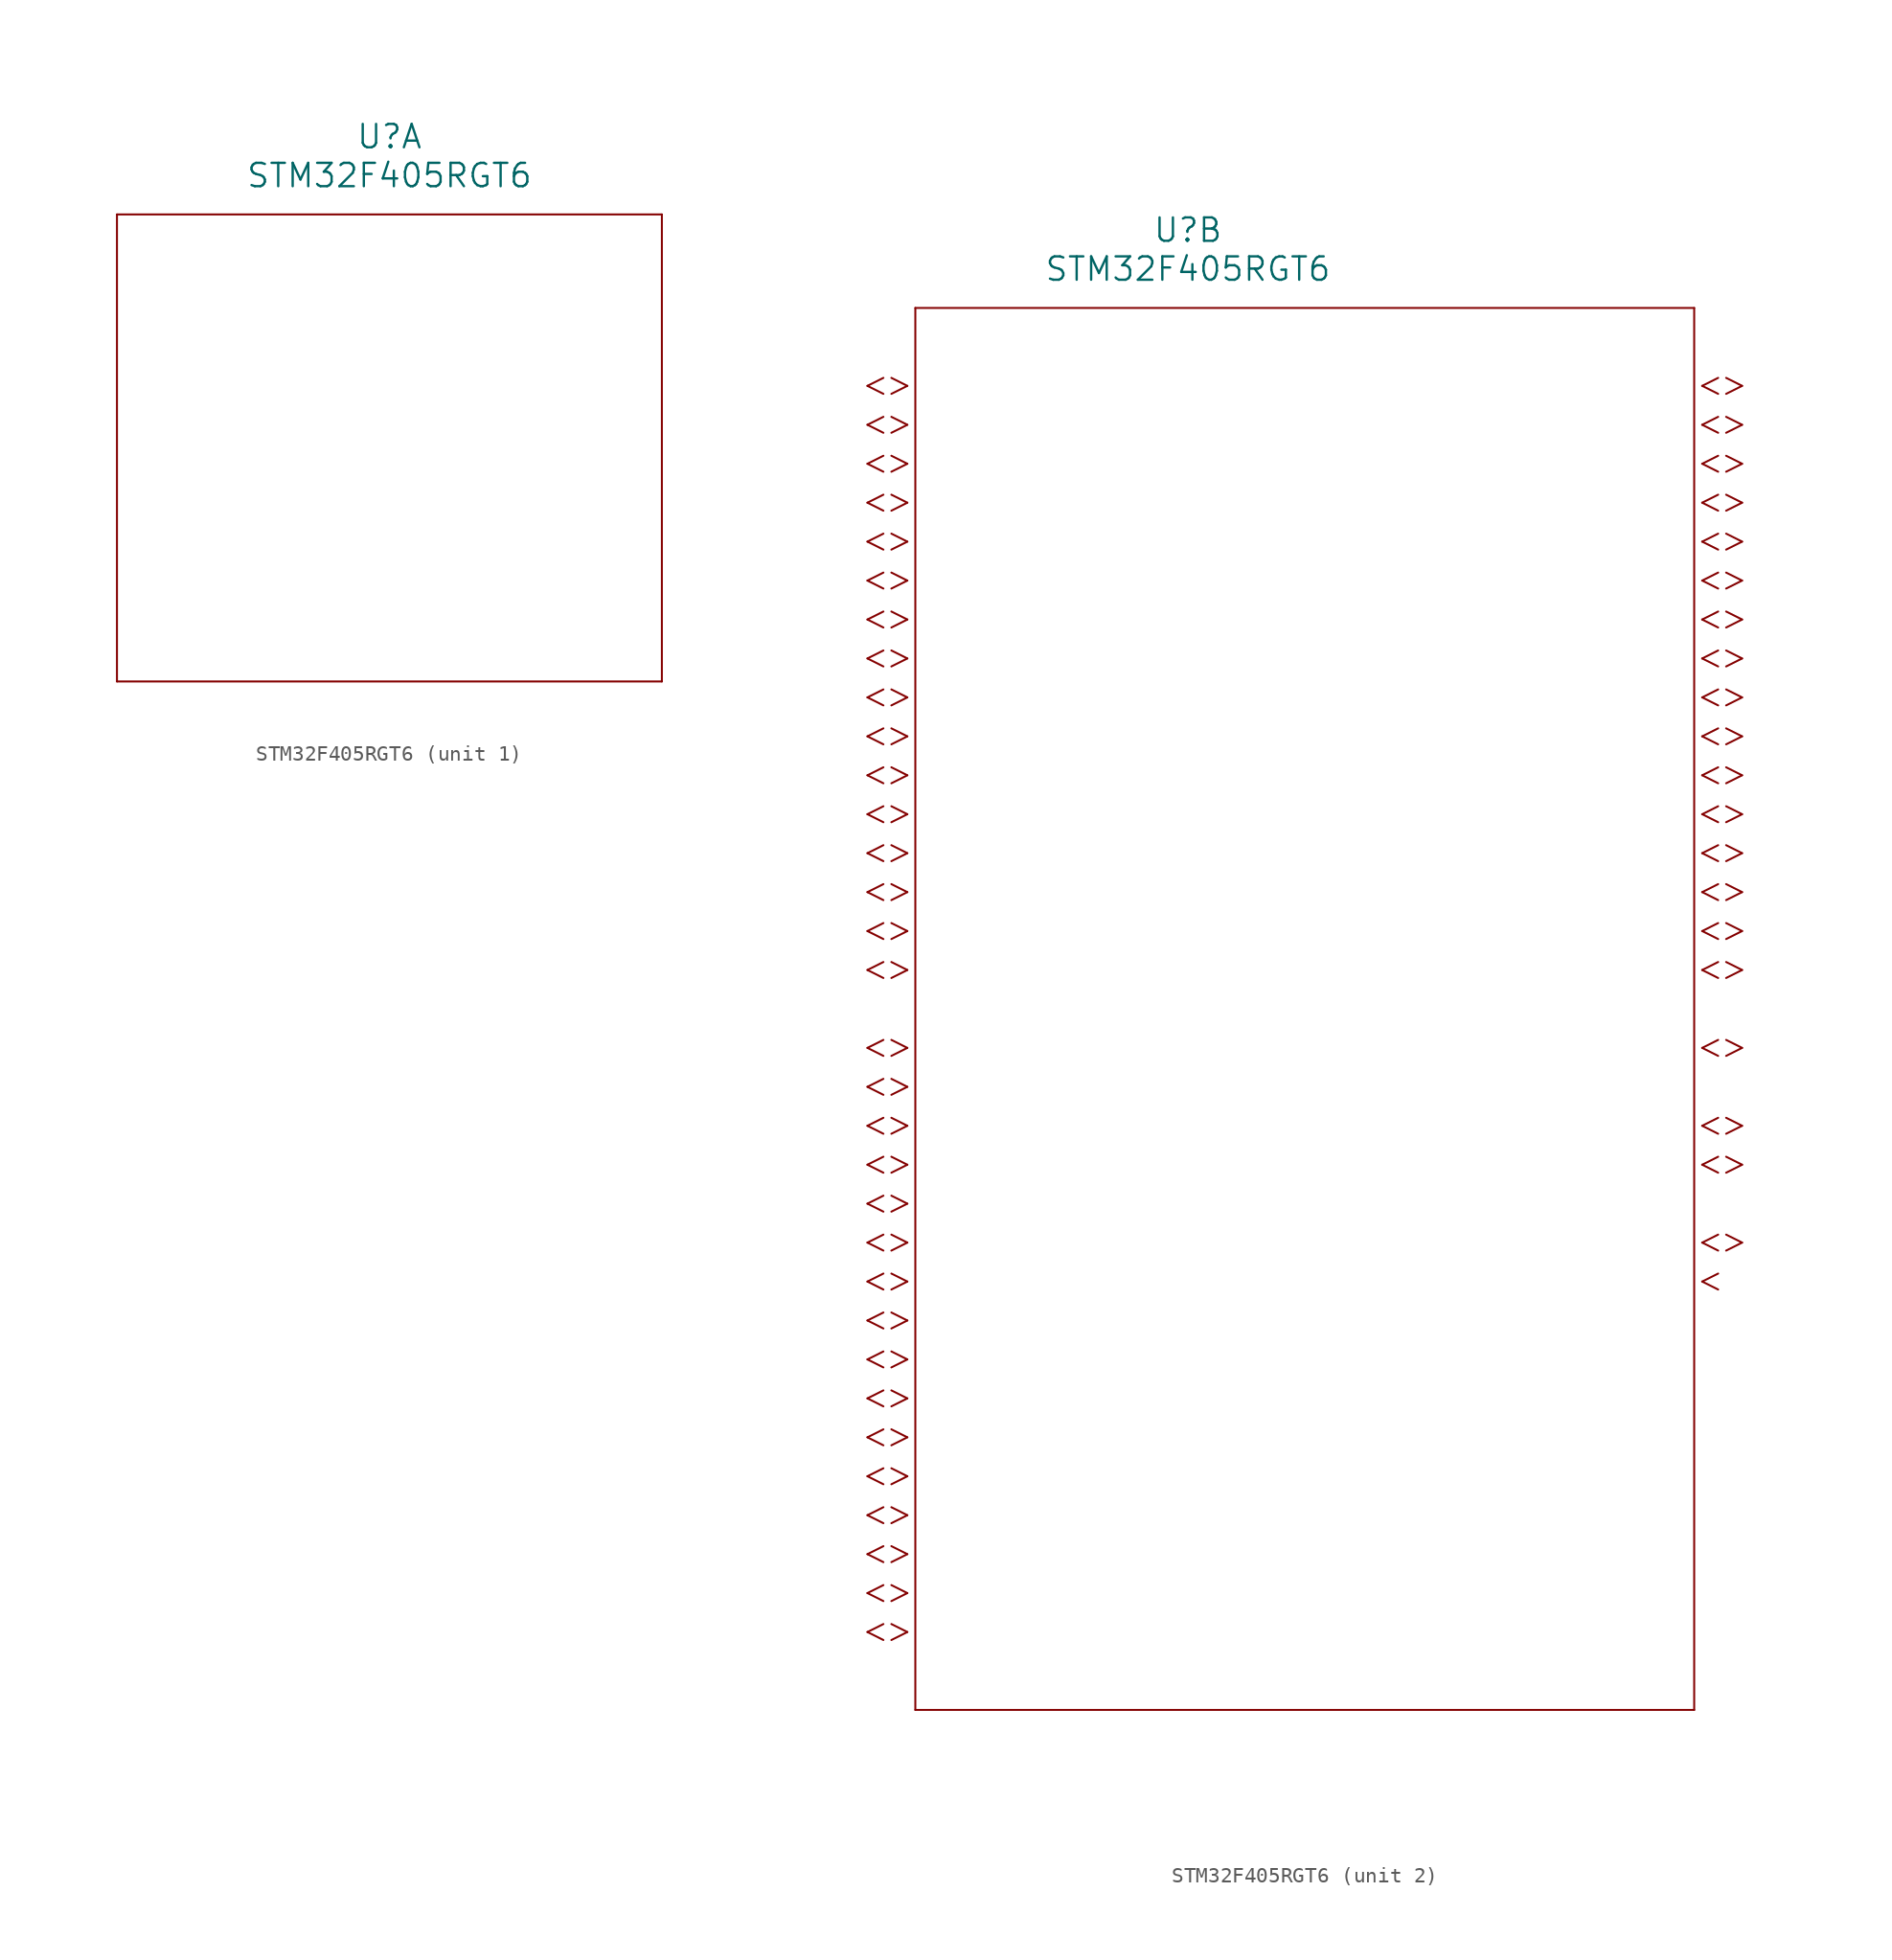
<source format=kicad_sym>
(kicad_symbol_lib
  (version 20211014)
  (generator kicad_symbol_editor)
  (symbol "STM32F405RGT6"
    (pin_names
      (offset 0.254))
    (property "Reference" "U"
      (at 25.4 10.16 0)
      (effects (font (size 1.524 1.524))))
    (property "Value" "STM32F405RGT6"
      (at 25.4 7.62 0)
      (effects (font (size 1.524 1.524))))
    (symbol "STM32F405RGT6_1_1"
      (polyline (pts (xy 7.62 5.08) (xy 7.62 -25.4)) (stroke (width 0.127) (type default) (color 0 0 0 0)) (fill (type none)))
      (polyline (pts (xy 7.62 -25.4) (xy 43.18 -25.4)) (stroke (width 0.127) (type default) (color 0 0 0 0)) (fill (type none)))
      (polyline (pts (xy 43.18 -25.4) (xy 43.18 5.08)) (stroke (width 0.127) (type default) (color 0 0 0 0)) (fill (type none)))
      (polyline (pts (xy 43.18 5.08) (xy 7.62 5.08)) (stroke (width 0.127) (type default) (color 0 0 0 0)) (fill (type none))))
    (symbol "STM32F405RGT6_2_1"
      (polyline (pts (xy 7.099 0) (xy 6.058 0.521)) (stroke (width 0.127) (type default) (color 0 0 0 0)) (fill (type none)))
      (polyline (pts (xy 7.099 0) (xy 6.058 -0.521)) (stroke (width 0.127) (type default) (color 0 0 0 0)) (fill (type none)))
      (polyline (pts (xy 5.537 0.521) (xy 4.496 0)) (stroke (width 0.127) (type default) (color 0 0 0 0)) (fill (type none)))
      (polyline (pts (xy 5.537 -0.521) (xy 4.496 0)) (stroke (width 0.127) (type default) (color 0 0 0 0)) (fill (type none)))
      (polyline (pts (xy 7.099 -2.54) (xy 6.058 -2.019)) (stroke (width 0.127) (type default) (color 0 0 0 0)) (fill (type none)))
      (polyline (pts (xy 7.099 -2.54) (xy 6.058 -3.061)) (stroke (width 0.127) (type default) (color 0 0 0 0)) (fill (type none)))
      (polyline (pts (xy 5.537 -2.019) (xy 4.496 -2.54)) (stroke (width 0.127) (type default) (color 0 0 0 0)) (fill (type none)))
      (polyline (pts (xy 5.537 -3.061) (xy 4.496 -2.54)) (stroke (width 0.127) (type default) (color 0 0 0 0)) (fill (type none)))
      (polyline (pts (xy 7.099 -5.08) (xy 6.058 -4.559)) (stroke (width 0.127) (type default) (color 0 0 0 0)) (fill (type none)))
      (polyline (pts (xy 7.099 -5.08) (xy 6.058 -5.601)) (stroke (width 0.127) (type default) (color 0 0 0 0)) (fill (type none)))
      (polyline (pts (xy 5.537 -4.559) (xy 4.496 -5.08)) (stroke (width 0.127) (type default) (color 0 0 0 0)) (fill (type none)))
      (polyline (pts (xy 5.537 -5.601) (xy 4.496 -5.08)) (stroke (width 0.127) (type default) (color 0 0 0 0)) (fill (type none)))
      (polyline (pts (xy 7.099 -7.62) (xy 6.058 -7.099)) (stroke (width 0.127) (type default) (color 0 0 0 0)) (fill (type none)))
      (polyline (pts (xy 7.099 -7.62) (xy 6.058 -8.141)) (stroke (width 0.127) (type default) (color 0 0 0 0)) (fill (type none)))
      (polyline (pts (xy 5.537 -7.099) (xy 4.496 -7.62)) (stroke (width 0.127) (type default) (color 0 0 0 0)) (fill (type none)))
      (polyline (pts (xy 5.537 -8.141) (xy 4.496 -7.62)) (stroke (width 0.127) (type default) (color 0 0 0 0)) (fill (type none)))
      (polyline (pts (xy 7.099 -10.16) (xy 6.058 -9.639)) (stroke (width 0.127) (type default) (color 0 0 0 0)) (fill (type none)))
      (polyline (pts (xy 7.099 -10.16) (xy 6.058 -10.681)) (stroke (width 0.127) (type default) (color 0 0 0 0)) (fill (type none)))
      (polyline (pts (xy 5.537 -9.639) (xy 4.496 -10.16)) (stroke (width 0.127) (type default) (color 0 0 0 0)) (fill (type none)))
      (polyline (pts (xy 5.537 -10.681) (xy 4.496 -10.16)) (stroke (width 0.127) (type default) (color 0 0 0 0)) (fill (type none)))
      (polyline (pts (xy 7.099 -12.7) (xy 6.058 -12.179)) (stroke (width 0.127) (type default) (color 0 0 0 0)) (fill (type none)))
      (polyline (pts (xy 7.099 -12.7) (xy 6.058 -13.221)) (stroke (width 0.127) (type default) (color 0 0 0 0)) (fill (type none)))
      (polyline (pts (xy 5.537 -12.179) (xy 4.496 -12.7)) (stroke (width 0.127) (type default) (color 0 0 0 0)) (fill (type none)))
      (polyline (pts (xy 5.537 -13.221) (xy 4.496 -12.7)) (stroke (width 0.127) (type default) (color 0 0 0 0)) (fill (type none)))
      (polyline (pts (xy 7.099 -15.24) (xy 6.058 -14.719)) (stroke (width 0.127) (type default) (color 0 0 0 0)) (fill (type none)))
      (polyline (pts (xy 7.099 -15.24) (xy 6.058 -15.761)) (stroke (width 0.127) (type default) (color 0 0 0 0)) (fill (type none)))
      (polyline (pts (xy 5.537 -14.719) (xy 4.496 -15.24)) (stroke (width 0.127) (type default) (color 0 0 0 0)) (fill (type none)))
      (polyline (pts (xy 5.537 -15.761) (xy 4.496 -15.24)) (stroke (width 0.127) (type default) (color 0 0 0 0)) (fill (type none)))
      (polyline (pts (xy 7.099 -17.78) (xy 6.058 -17.259)) (stroke (width 0.127) (type default) (color 0 0 0 0)) (fill (type none)))
      (polyline (pts (xy 7.099 -17.78) (xy 6.058 -18.301)) (stroke (width 0.127) (type default) (color 0 0 0 0)) (fill (type none)))
      (polyline (pts (xy 5.537 -17.259) (xy 4.496 -17.78)) (stroke (width 0.127) (type default) (color 0 0 0 0)) (fill (type none)))
      (polyline (pts (xy 5.537 -18.301) (xy 4.496 -17.78)) (stroke (width 0.127) (type default) (color 0 0 0 0)) (fill (type none)))
      (polyline (pts (xy 7.099 -20.32) (xy 6.058 -19.799)) (stroke (width 0.127) (type default) (color 0 0 0 0)) (fill (type none)))
      (polyline (pts (xy 7.099 -20.32) (xy 6.058 -20.841)) (stroke (width 0.127) (type default) (color 0 0 0 0)) (fill (type none)))
      (polyline (pts (xy 5.537 -19.799) (xy 4.496 -20.32)) (stroke (width 0.127) (type default) (color 0 0 0 0)) (fill (type none)))
      (polyline (pts (xy 5.537 -20.841) (xy 4.496 -20.32)) (stroke (width 0.127) (type default) (color 0 0 0 0)) (fill (type none)))
      (polyline (pts (xy 7.099 -22.86) (xy 6.058 -22.339)) (stroke (width 0.127) (type default) (color 0 0 0 0)) (fill (type none)))
      (polyline (pts (xy 7.099 -22.86) (xy 6.058 -23.381)) (stroke (width 0.127) (type default) (color 0 0 0 0)) (fill (type none)))
      (polyline (pts (xy 5.537 -22.339) (xy 4.496 -22.86)) (stroke (width 0.127) (type default) (color 0 0 0 0)) (fill (type none)))
      (polyline (pts (xy 5.537 -23.381) (xy 4.496 -22.86)) (stroke (width 0.127) (type default) (color 0 0 0 0)) (fill (type none)))
      (polyline (pts (xy 7.099 -25.4) (xy 6.058 -24.879)) (stroke (width 0.127) (type default) (color 0 0 0 0)) (fill (type none)))
      (polyline (pts (xy 7.099 -25.4) (xy 6.058 -25.921)) (stroke (width 0.127) (type default) (color 0 0 0 0)) (fill (type none)))
      (polyline (pts (xy 5.537 -24.879) (xy 4.496 -25.4)) (stroke (width 0.127) (type default) (color 0 0 0 0)) (fill (type none)))
      (polyline (pts (xy 5.537 -25.921) (xy 4.496 -25.4)) (stroke (width 0.127) (type default) (color 0 0 0 0)) (fill (type none)))
      (polyline (pts (xy 7.099 -27.94) (xy 6.058 -27.419)) (stroke (width 0.127) (type default) (color 0 0 0 0)) (fill (type none)))
      (polyline (pts (xy 7.099 -27.94) (xy 6.058 -28.461)) (stroke (width 0.127) (type default) (color 0 0 0 0)) (fill (type none)))
      (polyline (pts (xy 5.537 -27.419) (xy 4.496 -27.94)) (stroke (width 0.127) (type default) (color 0 0 0 0)) (fill (type none)))
      (polyline (pts (xy 5.537 -28.461) (xy 4.496 -27.94)) (stroke (width 0.127) (type default) (color 0 0 0 0)) (fill (type none)))
      (polyline (pts (xy 7.099 -30.48) (xy 6.058 -29.959)) (stroke (width 0.127) (type default) (color 0 0 0 0)) (fill (type none)))
      (polyline (pts (xy 7.099 -30.48) (xy 6.058 -31.001)) (stroke (width 0.127) (type default) (color 0 0 0 0)) (fill (type none)))
      (polyline (pts (xy 5.537 -29.959) (xy 4.496 -30.48)) (stroke (width 0.127) (type default) (color 0 0 0 0)) (fill (type none)))
      (polyline (pts (xy 5.537 -31.001) (xy 4.496 -30.48)) (stroke (width 0.127) (type default) (color 0 0 0 0)) (fill (type none)))
      (polyline (pts (xy 7.099 -33.02) (xy 6.058 -32.499)) (stroke (width 0.127) (type default) (color 0 0 0 0)) (fill (type none)))
      (polyline (pts (xy 7.099 -33.02) (xy 6.058 -33.541)) (stroke (width 0.127) (type default) (color 0 0 0 0)) (fill (type none)))
      (polyline (pts (xy 5.537 -32.499) (xy 4.496 -33.02)) (stroke (width 0.127) (type default) (color 0 0 0 0)) (fill (type none)))
      (polyline (pts (xy 5.537 -33.541) (xy 4.496 -33.02)) (stroke (width 0.127) (type default) (color 0 0 0 0)) (fill (type none)))
      (polyline (pts (xy 7.099 -35.56) (xy 6.058 -35.039)) (stroke (width 0.127) (type default) (color 0 0 0 0)) (fill (type none)))
      (polyline (pts (xy 7.099 -35.56) (xy 6.058 -36.081)) (stroke (width 0.127) (type default) (color 0 0 0 0)) (fill (type none)))
      (polyline (pts (xy 5.537 -35.039) (xy 4.496 -35.56)) (stroke (width 0.127) (type default) (color 0 0 0 0)) (fill (type none)))
      (polyline (pts (xy 5.537 -36.081) (xy 4.496 -35.56)) (stroke (width 0.127) (type default) (color 0 0 0 0)) (fill (type none)))
      (polyline (pts (xy 7.099 -38.1) (xy 6.058 -37.579)) (stroke (width 0.127) (type default) (color 0 0 0 0)) (fill (type none)))
      (polyline (pts (xy 7.099 -38.1) (xy 6.058 -38.621)) (stroke (width 0.127) (type default) (color 0 0 0 0)) (fill (type none)))
      (polyline (pts (xy 5.537 -37.579) (xy 4.496 -38.1)) (stroke (width 0.127) (type default) (color 0 0 0 0)) (fill (type none)))
      (polyline (pts (xy 5.537 -38.621) (xy 4.496 -38.1)) (stroke (width 0.127) (type default) (color 0 0 0 0)) (fill (type none)))
      (polyline (pts (xy 7.099 -43.18) (xy 6.058 -42.659)) (stroke (width 0.127) (type default) (color 0 0 0 0)) (fill (type none)))
      (polyline (pts (xy 7.099 -43.18) (xy 6.058 -43.701)) (stroke (width 0.127) (type default) (color 0 0 0 0)) (fill (type none)))
      (polyline (pts (xy 5.537 -42.659) (xy 4.496 -43.18)) (stroke (width 0.127) (type default) (color 0 0 0 0)) (fill (type none)))
      (polyline (pts (xy 5.537 -43.701) (xy 4.496 -43.18)) (stroke (width 0.127) (type default) (color 0 0 0 0)) (fill (type none)))
      (polyline (pts (xy 7.099 -45.72) (xy 6.058 -45.199)) (stroke (width 0.127) (type default) (color 0 0 0 0)) (fill (type none)))
      (polyline (pts (xy 7.099 -45.72) (xy 6.058 -46.241)) (stroke (width 0.127) (type default) (color 0 0 0 0)) (fill (type none)))
      (polyline (pts (xy 5.537 -45.199) (xy 4.496 -45.72)) (stroke (width 0.127) (type default) (color 0 0 0 0)) (fill (type none)))
      (polyline (pts (xy 5.537 -46.241) (xy 4.496 -45.72)) (stroke (width 0.127) (type default) (color 0 0 0 0)) (fill (type none)))
      (polyline (pts (xy 7.099 -48.26) (xy 6.058 -47.739)) (stroke (width 0.127) (type default) (color 0 0 0 0)) (fill (type none)))
      (polyline (pts (xy 7.099 -48.26) (xy 6.058 -48.781)) (stroke (width 0.127) (type default) (color 0 0 0 0)) (fill (type none)))
      (polyline (pts (xy 5.537 -47.739) (xy 4.496 -48.26)) (stroke (width 0.127) (type default) (color 0 0 0 0)) (fill (type none)))
      (polyline (pts (xy 5.537 -48.781) (xy 4.496 -48.26)) (stroke (width 0.127) (type default) (color 0 0 0 0)) (fill (type none)))
      (polyline (pts (xy 7.099 -50.8) (xy 6.058 -50.279)) (stroke (width 0.127) (type default) (color 0 0 0 0)) (fill (type none)))
      (polyline (pts (xy 7.099 -50.8) (xy 6.058 -51.321)) (stroke (width 0.127) (type default) (color 0 0 0 0)) (fill (type none)))
      (polyline (pts (xy 5.537 -50.279) (xy 4.496 -50.8)) (stroke (width 0.127) (type default) (color 0 0 0 0)) (fill (type none)))
      (polyline (pts (xy 5.537 -51.321) (xy 4.496 -50.8)) (stroke (width 0.127) (type default) (color 0 0 0 0)) (fill (type none)))
      (polyline (pts (xy 7.099 -53.34) (xy 6.058 -52.819)) (stroke (width 0.127) (type default) (color 0 0 0 0)) (fill (type none)))
      (polyline (pts (xy 7.099 -53.34) (xy 6.058 -53.861)) (stroke (width 0.127) (type default) (color 0 0 0 0)) (fill (type none)))
      (polyline (pts (xy 5.537 -52.819) (xy 4.496 -53.34)) (stroke (width 0.127) (type default) (color 0 0 0 0)) (fill (type none)))
      (polyline (pts (xy 5.537 -53.861) (xy 4.496 -53.34)) (stroke (width 0.127) (type default) (color 0 0 0 0)) (fill (type none)))
      (polyline (pts (xy 7.099 -55.88) (xy 6.058 -55.359)) (stroke (width 0.127) (type default) (color 0 0 0 0)) (fill (type none)))
      (polyline (pts (xy 7.099 -55.88) (xy 6.058 -56.401)) (stroke (width 0.127) (type default) (color 0 0 0 0)) (fill (type none)))
      (polyline (pts (xy 5.537 -55.359) (xy 4.496 -55.88)) (stroke (width 0.127) (type default) (color 0 0 0 0)) (fill (type none)))
      (polyline (pts (xy 5.537 -56.401) (xy 4.496 -55.88)) (stroke (width 0.127) (type default) (color 0 0 0 0)) (fill (type none)))
      (polyline (pts (xy 7.099 -58.42) (xy 6.058 -57.899)) (stroke (width 0.127) (type default) (color 0 0 0 0)) (fill (type none)))
      (polyline (pts (xy 7.099 -58.42) (xy 6.058 -58.941)) (stroke (width 0.127) (type default) (color 0 0 0 0)) (fill (type none)))
      (polyline (pts (xy 5.537 -57.899) (xy 4.496 -58.42)) (stroke (width 0.127) (type default) (color 0 0 0 0)) (fill (type none)))
      (polyline (pts (xy 5.537 -58.941) (xy 4.496 -58.42)) (stroke (width 0.127) (type default) (color 0 0 0 0)) (fill (type none)))
      (polyline (pts (xy 7.099 -60.96) (xy 6.058 -60.439)) (stroke (width 0.127) (type default) (color 0 0 0 0)) (fill (type none)))
      (polyline (pts (xy 7.099 -60.96) (xy 6.058 -61.481)) (stroke (width 0.127) (type default) (color 0 0 0 0)) (fill (type none)))
      (polyline (pts (xy 5.537 -60.439) (xy 4.496 -60.96)) (stroke (width 0.127) (type default) (color 0 0 0 0)) (fill (type none)))
      (polyline (pts (xy 5.537 -61.481) (xy 4.496 -60.96)) (stroke (width 0.127) (type default) (color 0 0 0 0)) (fill (type none)))
      (polyline (pts (xy 7.099 -63.5) (xy 6.058 -62.979)) (stroke (width 0.127) (type default) (color 0 0 0 0)) (fill (type none)))
      (polyline (pts (xy 7.099 -63.5) (xy 6.058 -64.021)) (stroke (width 0.127) (type default) (color 0 0 0 0)) (fill (type none)))
      (polyline (pts (xy 5.537 -62.979) (xy 4.496 -63.5)) (stroke (width 0.127) (type default) (color 0 0 0 0)) (fill (type none)))
      (polyline (pts (xy 5.537 -64.021) (xy 4.496 -63.5)) (stroke (width 0.127) (type default) (color 0 0 0 0)) (fill (type none)))
      (polyline (pts (xy 7.099 -66.04) (xy 6.058 -65.519)) (stroke (width 0.127) (type default) (color 0 0 0 0)) (fill (type none)))
      (polyline (pts (xy 7.099 -66.04) (xy 6.058 -66.561)) (stroke (width 0.127) (type default) (color 0 0 0 0)) (fill (type none)))
      (polyline (pts (xy 5.537 -65.519) (xy 4.496 -66.04)) (stroke (width 0.127) (type default) (color 0 0 0 0)) (fill (type none)))
      (polyline (pts (xy 5.537 -66.561) (xy 4.496 -66.04)) (stroke (width 0.127) (type default) (color 0 0 0 0)) (fill (type none)))
      (polyline (pts (xy 7.099 -68.58) (xy 6.058 -68.059)) (stroke (width 0.127) (type default) (color 0 0 0 0)) (fill (type none)))
      (polyline (pts (xy 7.099 -68.58) (xy 6.058 -69.101)) (stroke (width 0.127) (type default) (color 0 0 0 0)) (fill (type none)))
      (polyline (pts (xy 5.537 -68.059) (xy 4.496 -68.58)) (stroke (width 0.127) (type default) (color 0 0 0 0)) (fill (type none)))
      (polyline (pts (xy 5.537 -69.101) (xy 4.496 -68.58)) (stroke (width 0.127) (type default) (color 0 0 0 0)) (fill (type none)))
      (polyline (pts (xy 7.099 -71.12) (xy 6.058 -70.599)) (stroke (width 0.127) (type default) (color 0 0 0 0)) (fill (type none)))
      (polyline (pts (xy 7.099 -71.12) (xy 6.058 -71.641)) (stroke (width 0.127) (type default) (color 0 0 0 0)) (fill (type none)))
      (polyline (pts (xy 5.537 -70.599) (xy 4.496 -71.12)) (stroke (width 0.127) (type default) (color 0 0 0 0)) (fill (type none)))
      (polyline (pts (xy 5.537 -71.641) (xy 4.496 -71.12)) (stroke (width 0.127) (type default) (color 0 0 0 0)) (fill (type none)))
      (polyline (pts (xy 7.099 -73.66) (xy 6.058 -73.139)) (stroke (width 0.127) (type default) (color 0 0 0 0)) (fill (type none)))
      (polyline (pts (xy 7.099 -73.66) (xy 6.058 -74.181)) (stroke (width 0.127) (type default) (color 0 0 0 0)) (fill (type none)))
      (polyline (pts (xy 5.537 -73.139) (xy 4.496 -73.66)) (stroke (width 0.127) (type default) (color 0 0 0 0)) (fill (type none)))
      (polyline (pts (xy 5.537 -74.181) (xy 4.496 -73.66)) (stroke (width 0.127) (type default) (color 0 0 0 0)) (fill (type none)))
      (polyline (pts (xy 7.099 -76.2) (xy 6.058 -75.679)) (stroke (width 0.127) (type default) (color 0 0 0 0)) (fill (type none)))
      (polyline (pts (xy 7.099 -76.2) (xy 6.058 -76.721)) (stroke (width 0.127) (type default) (color 0 0 0 0)) (fill (type none)))
      (polyline (pts (xy 5.537 -75.679) (xy 4.496 -76.2)) (stroke (width 0.127) (type default) (color 0 0 0 0)) (fill (type none)))
      (polyline (pts (xy 5.537 -76.721) (xy 4.496 -76.2)) (stroke (width 0.127) (type default) (color 0 0 0 0)) (fill (type none)))
      (polyline (pts (xy 7.099 -78.74) (xy 6.058 -78.219)) (stroke (width 0.127) (type default) (color 0 0 0 0)) (fill (type none)))
      (polyline (pts (xy 7.099 -78.74) (xy 6.058 -79.261)) (stroke (width 0.127) (type default) (color 0 0 0 0)) (fill (type none)))
      (polyline (pts (xy 5.537 -78.219) (xy 4.496 -78.74)) (stroke (width 0.127) (type default) (color 0 0 0 0)) (fill (type none)))
      (polyline (pts (xy 5.537 -79.261) (xy 4.496 -78.74)) (stroke (width 0.127) (type default) (color 0 0 0 0)) (fill (type none)))
      (polyline (pts (xy 7.099 -81.28) (xy 6.058 -80.759)) (stroke (width 0.127) (type default) (color 0 0 0 0)) (fill (type none)))
      (polyline (pts (xy 7.099 -81.28) (xy 6.058 -81.801)) (stroke (width 0.127) (type default) (color 0 0 0 0)) (fill (type none)))
      (polyline (pts (xy 5.537 -80.759) (xy 4.496 -81.28)) (stroke (width 0.127) (type default) (color 0 0 0 0)) (fill (type none)))
      (polyline (pts (xy 5.537 -81.801) (xy 4.496 -81.28)) (stroke (width 0.127) (type default) (color 0 0 0 0)) (fill (type none)))
      (polyline (pts (xy 58.941 0) (xy 59.982 0.521)) (stroke (width 0.127) (type default) (color 0 0 0 0)) (fill (type none)))
      (polyline (pts (xy 58.941 0) (xy 59.982 -0.521)) (stroke (width 0.127) (type default) (color 0 0 0 0)) (fill (type none)))
      (polyline (pts (xy 60.503 0.521) (xy 61.544 0)) (stroke (width 0.127) (type default) (color 0 0 0 0)) (fill (type none)))
      (polyline (pts (xy 60.503 -0.521) (xy 61.544 0)) (stroke (width 0.127) (type default) (color 0 0 0 0)) (fill (type none)))
      (polyline (pts (xy 58.941 -2.54) (xy 59.982 -2.019)) (stroke (width 0.127) (type default) (color 0 0 0 0)) (fill (type none)))
      (polyline (pts (xy 58.941 -2.54) (xy 59.982 -3.061)) (stroke (width 0.127) (type default) (color 0 0 0 0)) (fill (type none)))
      (polyline (pts (xy 60.503 -2.019) (xy 61.544 -2.54)) (stroke (width 0.127) (type default) (color 0 0 0 0)) (fill (type none)))
      (polyline (pts (xy 60.503 -3.061) (xy 61.544 -2.54)) (stroke (width 0.127) (type default) (color 0 0 0 0)) (fill (type none)))
      (polyline (pts (xy 58.941 -5.08) (xy 59.982 -4.559)) (stroke (width 0.127) (type default) (color 0 0 0 0)) (fill (type none)))
      (polyline (pts (xy 58.941 -5.08) (xy 59.982 -5.601)) (stroke (width 0.127) (type default) (color 0 0 0 0)) (fill (type none)))
      (polyline (pts (xy 60.503 -4.559) (xy 61.544 -5.08)) (stroke (width 0.127) (type default) (color 0 0 0 0)) (fill (type none)))
      (polyline (pts (xy 60.503 -5.601) (xy 61.544 -5.08)) (stroke (width 0.127) (type default) (color 0 0 0 0)) (fill (type none)))
      (polyline (pts (xy 58.941 -7.62) (xy 59.982 -7.099)) (stroke (width 0.127) (type default) (color 0 0 0 0)) (fill (type none)))
      (polyline (pts (xy 58.941 -7.62) (xy 59.982 -8.141)) (stroke (width 0.127) (type default) (color 0 0 0 0)) (fill (type none)))
      (polyline (pts (xy 60.503 -7.099) (xy 61.544 -7.62)) (stroke (width 0.127) (type default) (color 0 0 0 0)) (fill (type none)))
      (polyline (pts (xy 60.503 -8.141) (xy 61.544 -7.62)) (stroke (width 0.127) (type default) (color 0 0 0 0)) (fill (type none)))
      (polyline (pts (xy 58.941 -10.16) (xy 59.982 -9.639)) (stroke (width 0.127) (type default) (color 0 0 0 0)) (fill (type none)))
      (polyline (pts (xy 58.941 -10.16) (xy 59.982 -10.681)) (stroke (width 0.127) (type default) (color 0 0 0 0)) (fill (type none)))
      (polyline (pts (xy 60.503 -9.639) (xy 61.544 -10.16)) (stroke (width 0.127) (type default) (color 0 0 0 0)) (fill (type none)))
      (polyline (pts (xy 60.503 -10.681) (xy 61.544 -10.16)) (stroke (width 0.127) (type default) (color 0 0 0 0)) (fill (type none)))
      (polyline (pts (xy 58.941 -12.7) (xy 59.982 -12.179)) (stroke (width 0.127) (type default) (color 0 0 0 0)) (fill (type none)))
      (polyline (pts (xy 58.941 -12.7) (xy 59.982 -13.221)) (stroke (width 0.127) (type default) (color 0 0 0 0)) (fill (type none)))
      (polyline (pts (xy 60.503 -12.179) (xy 61.544 -12.7)) (stroke (width 0.127) (type default) (color 0 0 0 0)) (fill (type none)))
      (polyline (pts (xy 60.503 -13.221) (xy 61.544 -12.7)) (stroke (width 0.127) (type default) (color 0 0 0 0)) (fill (type none)))
      (polyline (pts (xy 58.941 -15.24) (xy 59.982 -14.719)) (stroke (width 0.127) (type default) (color 0 0 0 0)) (fill (type none)))
      (polyline (pts (xy 58.941 -15.24) (xy 59.982 -15.761)) (stroke (width 0.127) (type default) (color 0 0 0 0)) (fill (type none)))
      (polyline (pts (xy 60.503 -14.719) (xy 61.544 -15.24)) (stroke (width 0.127) (type default) (color 0 0 0 0)) (fill (type none)))
      (polyline (pts (xy 60.503 -15.761) (xy 61.544 -15.24)) (stroke (width 0.127) (type default) (color 0 0 0 0)) (fill (type none)))
      (polyline (pts (xy 58.941 -17.78) (xy 59.982 -17.259)) (stroke (width 0.127) (type default) (color 0 0 0 0)) (fill (type none)))
      (polyline (pts (xy 58.941 -17.78) (xy 59.982 -18.301)) (stroke (width 0.127) (type default) (color 0 0 0 0)) (fill (type none)))
      (polyline (pts (xy 60.503 -17.259) (xy 61.544 -17.78)) (stroke (width 0.127) (type default) (color 0 0 0 0)) (fill (type none)))
      (polyline (pts (xy 60.503 -18.301) (xy 61.544 -17.78)) (stroke (width 0.127) (type default) (color 0 0 0 0)) (fill (type none)))
      (polyline (pts (xy 58.941 -20.32) (xy 59.982 -19.799)) (stroke (width 0.127) (type default) (color 0 0 0 0)) (fill (type none)))
      (polyline (pts (xy 58.941 -20.32) (xy 59.982 -20.841)) (stroke (width 0.127) (type default) (color 0 0 0 0)) (fill (type none)))
      (polyline (pts (xy 60.503 -19.799) (xy 61.544 -20.32)) (stroke (width 0.127) (type default) (color 0 0 0 0)) (fill (type none)))
      (polyline (pts (xy 60.503 -20.841) (xy 61.544 -20.32)) (stroke (width 0.127) (type default) (color 0 0 0 0)) (fill (type none)))
      (polyline (pts (xy 58.941 -22.86) (xy 59.982 -22.339)) (stroke (width 0.127) (type default) (color 0 0 0 0)) (fill (type none)))
      (polyline (pts (xy 58.941 -22.86) (xy 59.982 -23.381)) (stroke (width 0.127) (type default) (color 0 0 0 0)) (fill (type none)))
      (polyline (pts (xy 60.503 -22.339) (xy 61.544 -22.86)) (stroke (width 0.127) (type default) (color 0 0 0 0)) (fill (type none)))
      (polyline (pts (xy 60.503 -23.381) (xy 61.544 -22.86)) (stroke (width 0.127) (type default) (color 0 0 0 0)) (fill (type none)))
      (polyline (pts (xy 58.941 -25.4) (xy 59.982 -24.879)) (stroke (width 0.127) (type default) (color 0 0 0 0)) (fill (type none)))
      (polyline (pts (xy 58.941 -25.4) (xy 59.982 -25.921)) (stroke (width 0.127) (type default) (color 0 0 0 0)) (fill (type none)))
      (polyline (pts (xy 60.503 -24.879) (xy 61.544 -25.4)) (stroke (width 0.127) (type default) (color 0 0 0 0)) (fill (type none)))
      (polyline (pts (xy 60.503 -25.921) (xy 61.544 -25.4)) (stroke (width 0.127) (type default) (color 0 0 0 0)) (fill (type none)))
      (polyline (pts (xy 58.941 -27.94) (xy 59.982 -27.419)) (stroke (width 0.127) (type default) (color 0 0 0 0)) (fill (type none)))
      (polyline (pts (xy 58.941 -27.94) (xy 59.982 -28.461)) (stroke (width 0.127) (type default) (color 0 0 0 0)) (fill (type none)))
      (polyline (pts (xy 60.503 -27.419) (xy 61.544 -27.94)) (stroke (width 0.127) (type default) (color 0 0 0 0)) (fill (type none)))
      (polyline (pts (xy 60.503 -28.461) (xy 61.544 -27.94)) (stroke (width 0.127) (type default) (color 0 0 0 0)) (fill (type none)))
      (polyline (pts (xy 58.941 -30.48) (xy 59.982 -29.959)) (stroke (width 0.127) (type default) (color 0 0 0 0)) (fill (type none)))
      (polyline (pts (xy 58.941 -30.48) (xy 59.982 -31.001)) (stroke (width 0.127) (type default) (color 0 0 0 0)) (fill (type none)))
      (polyline (pts (xy 60.503 -29.959) (xy 61.544 -30.48)) (stroke (width 0.127) (type default) (color 0 0 0 0)) (fill (type none)))
      (polyline (pts (xy 60.503 -31.001) (xy 61.544 -30.48)) (stroke (width 0.127) (type default) (color 0 0 0 0)) (fill (type none)))
      (polyline (pts (xy 58.941 -33.02) (xy 59.982 -32.499)) (stroke (width 0.127) (type default) (color 0 0 0 0)) (fill (type none)))
      (polyline (pts (xy 58.941 -33.02) (xy 59.982 -33.541)) (stroke (width 0.127) (type default) (color 0 0 0 0)) (fill (type none)))
      (polyline (pts (xy 60.503 -32.499) (xy 61.544 -33.02)) (stroke (width 0.127) (type default) (color 0 0 0 0)) (fill (type none)))
      (polyline (pts (xy 60.503 -33.541) (xy 61.544 -33.02)) (stroke (width 0.127) (type default) (color 0 0 0 0)) (fill (type none)))
      (polyline (pts (xy 58.941 -35.56) (xy 59.982 -35.039)) (stroke (width 0.127) (type default) (color 0 0 0 0)) (fill (type none)))
      (polyline (pts (xy 58.941 -35.56) (xy 59.982 -36.081)) (stroke (width 0.127) (type default) (color 0 0 0 0)) (fill (type none)))
      (polyline (pts (xy 60.503 -35.039) (xy 61.544 -35.56)) (stroke (width 0.127) (type default) (color 0 0 0 0)) (fill (type none)))
      (polyline (pts (xy 60.503 -36.081) (xy 61.544 -35.56)) (stroke (width 0.127) (type default) (color 0 0 0 0)) (fill (type none)))
      (polyline (pts (xy 58.941 -38.1) (xy 59.982 -37.579)) (stroke (width 0.127) (type default) (color 0 0 0 0)) (fill (type none)))
      (polyline (pts (xy 58.941 -38.1) (xy 59.982 -38.621)) (stroke (width 0.127) (type default) (color 0 0 0 0)) (fill (type none)))
      (polyline (pts (xy 60.503 -37.579) (xy 61.544 -38.1)) (stroke (width 0.127) (type default) (color 0 0 0 0)) (fill (type none)))
      (polyline (pts (xy 60.503 -38.621) (xy 61.544 -38.1)) (stroke (width 0.127) (type default) (color 0 0 0 0)) (fill (type none)))
      (polyline (pts (xy 58.941 -43.18) (xy 59.982 -42.659)) (stroke (width 0.127) (type default) (color 0 0 0 0)) (fill (type none)))
      (polyline (pts (xy 58.941 -43.18) (xy 59.982 -43.701)) (stroke (width 0.127) (type default) (color 0 0 0 0)) (fill (type none)))
      (polyline (pts (xy 60.503 -42.659) (xy 61.544 -43.18)) (stroke (width 0.127) (type default) (color 0 0 0 0)) (fill (type none)))
      (polyline (pts (xy 60.503 -43.701) (xy 61.544 -43.18)) (stroke (width 0.127) (type default) (color 0 0 0 0)) (fill (type none)))
      (polyline (pts (xy 58.941 -48.26) (xy 59.982 -47.739)) (stroke (width 0.127) (type default) (color 0 0 0 0)) (fill (type none)))
      (polyline (pts (xy 58.941 -48.26) (xy 59.982 -48.781)) (stroke (width 0.127) (type default) (color 0 0 0 0)) (fill (type none)))
      (polyline (pts (xy 60.503 -47.739) (xy 61.544 -48.26)) (stroke (width 0.127) (type default) (color 0 0 0 0)) (fill (type none)))
      (polyline (pts (xy 60.503 -48.781) (xy 61.544 -48.26)) (stroke (width 0.127) (type default) (color 0 0 0 0)) (fill (type none)))
      (polyline (pts (xy 58.941 -50.8) (xy 59.982 -50.279)) (stroke (width 0.127) (type default) (color 0 0 0 0)) (fill (type none)))
      (polyline (pts (xy 58.941 -50.8) (xy 59.982 -51.321)) (stroke (width 0.127) (type default) (color 0 0 0 0)) (fill (type none)))
      (polyline (pts (xy 60.503 -50.279) (xy 61.544 -50.8)) (stroke (width 0.127) (type default) (color 0 0 0 0)) (fill (type none)))
      (polyline (pts (xy 60.503 -51.321) (xy 61.544 -50.8)) (stroke (width 0.127) (type default) (color 0 0 0 0)) (fill (type none)))
      (polyline (pts (xy 58.941 -55.88) (xy 59.982 -55.359)) (stroke (width 0.127) (type default) (color 0 0 0 0)) (fill (type none)))
      (polyline (pts (xy 58.941 -55.88) (xy 59.982 -56.401)) (stroke (width 0.127) (type default) (color 0 0 0 0)) (fill (type none)))
      (polyline (pts (xy 60.503 -55.359) (xy 61.544 -55.88)) (stroke (width 0.127) (type default) (color 0 0 0 0)) (fill (type none)))
      (polyline (pts (xy 60.503 -56.401) (xy 61.544 -55.88)) (stroke (width 0.127) (type default) (color 0 0 0 0)) (fill (type none)))
      (polyline (pts (xy 58.941 -58.42) (xy 59.982 -57.899)) (stroke (width 0.127) (type default) (color 0 0 0 0)) (fill (type none)))
      (polyline (pts (xy 58.941 -58.42) (xy 59.982 -58.941)) (stroke (width 0.127) (type default) (color 0 0 0 0)) (fill (type none)))
      (polyline (pts (xy 7.62 5.08) (xy 7.62 -86.36)) (stroke (width 0.127) (type default) (color 0 0 0 0)) (fill (type none)))
      (polyline (pts (xy 7.62 -86.36) (xy 58.42 -86.36)) (stroke (width 0.127) (type default) (color 0 0 0 0)) (fill (type none)))
      (polyline (pts (xy 58.42 -86.36) (xy 58.42 5.08)) (stroke (width 0.127) (type default) (color 0 0 0 0)) (fill (type none)))
      (polyline (pts (xy 58.42 5.08) (xy 7.62 5.08)) (stroke (width 0.127) (type default) (color 0 0 0 0)) (fill (type none))))))
</source>
